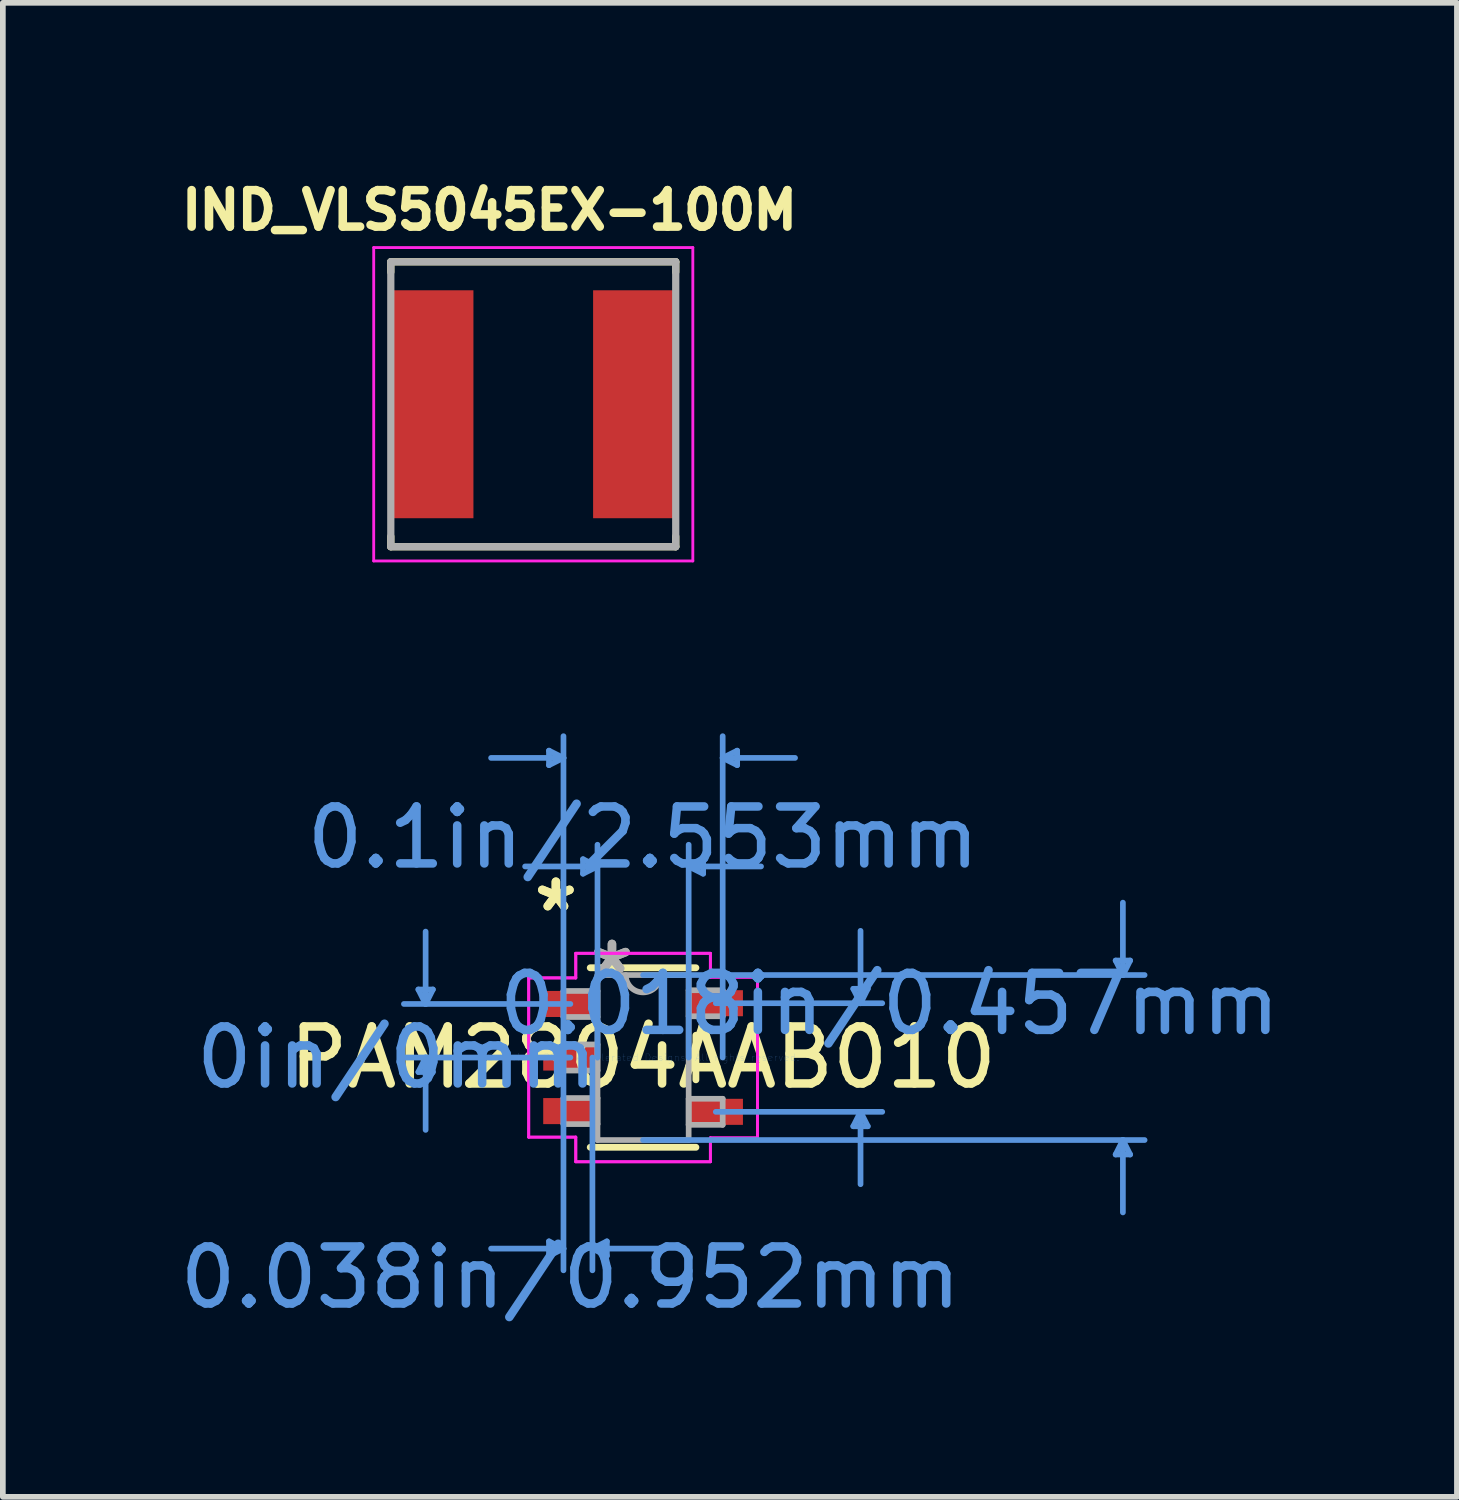
<source format=kicad_pcb>
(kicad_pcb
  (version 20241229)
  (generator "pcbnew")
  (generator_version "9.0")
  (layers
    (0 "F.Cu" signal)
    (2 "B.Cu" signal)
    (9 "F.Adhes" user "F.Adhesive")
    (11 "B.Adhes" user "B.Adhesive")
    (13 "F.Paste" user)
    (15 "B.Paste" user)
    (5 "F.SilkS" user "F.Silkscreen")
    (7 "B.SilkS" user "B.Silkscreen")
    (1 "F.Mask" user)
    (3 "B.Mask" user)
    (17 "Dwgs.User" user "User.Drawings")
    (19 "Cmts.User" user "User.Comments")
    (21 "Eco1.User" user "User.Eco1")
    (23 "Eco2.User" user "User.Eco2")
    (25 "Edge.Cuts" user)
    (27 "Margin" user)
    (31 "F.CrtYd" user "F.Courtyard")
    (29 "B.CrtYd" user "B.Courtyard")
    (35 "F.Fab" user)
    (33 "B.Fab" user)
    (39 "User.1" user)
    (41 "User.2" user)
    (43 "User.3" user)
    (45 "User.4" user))
  (footprint "IND_VLS5045EX-100M"
    (layer "F.Cu")
    (at 6.308 4.044)
    (property "Reference" "IND_VLS5045EX-100M" (at -0.768 -3.406 0) (layer "F.SilkS") (effects (font (size 0.64 0.64) (thickness 0.15))))
    (attr through_hole)
    (fp_line (start -2.5 -2.5) (end -2.5 -2.32) (stroke (width 0.127) (type solid)) (layer "F.SilkS"))
    (fp_line (start -2.5 -2.5) (end 2.5 -2.5) (stroke (width 0.127) (type solid)) (layer "F.SilkS"))
    (fp_line (start -2.5 2.5) (end -2.5 2.32) (stroke (width 0.127) (type solid)) (layer "F.SilkS"))
    (fp_line (start -2.5 2.5) (end 2.5 2.5) (stroke (width 0.127) (type solid)) (layer "F.SilkS"))
    (fp_line (start 2.5 -2.5) (end 2.5 -2.32) (stroke (width 0.127) (type solid)) (layer "F.SilkS"))
    (fp_line (start 2.5 2.5) (end 2.5 2.32) (stroke (width 0.127) (type solid)) (layer "F.SilkS"))
    (fp_line (start -2.8 -2.75) (end -2.8 2.75) (stroke (width 0.05) (type solid)) (layer "F.CrtYd"))
    (fp_line (start -2.8 2.75) (end 2.8 2.75) (stroke (width 0.05) (type solid)) (layer "F.CrtYd"))
    (fp_line (start 2.8 -2.75) (end -2.8 -2.75) (stroke (width 0.05) (type solid)) (layer "F.CrtYd"))
    (fp_line (start 2.8 2.75) (end 2.8 -2.75) (stroke (width 0.05) (type solid)) (layer "F.CrtYd"))
    (fp_line (start -2.5 -2.5) (end -2.5 2.5) (stroke (width 0.127) (type solid)) (layer "F.Fab"))
    (fp_line (start -2.5 -2.5) (end 2.5 -2.5) (stroke (width 0.127) (type solid)) (layer "F.Fab"))
    (fp_line (start -2.5 2.5) (end 2.5 2.5) (stroke (width 0.127) (type solid)) (layer "F.Fab"))
    (fp_line (start 2.5 -2.5) (end 2.5 2.5) (stroke (width 0.127) (type solid)) (layer "F.Fab"))
    (pad "1" smd rect (at -1.8 0) (size 1.5 4) (layers "F.Cu" "F.Mask" "F.Paste"))
    (pad "2" smd rect (at 1.8 0) (size 1.5 4) (layers "F.Cu" "F.Mask" "F.Paste")))
  (footprint "PAM2804AAB010"
    (layer "F.Cu")
    (at 8.235 15.508)
    (property "Reference" "PAM2804AAB010" (at 0 0 0) (layer "F.SilkS") (effects (font (size 1 1) (thickness 0.15))))
    (attr through_hole)
    (fp_line (start -0.927 1.575) (end 0.927 1.575) (stroke (width 0.12) (type solid)) (layer "F.SilkS"))
    (fp_line (start 0.927 -1.575) (end -0.927 -1.575) (stroke (width 0.12) (type solid)) (layer "F.SilkS"))
    (fp_line (start 0.927 0.391) (end 0.927 -0.391) (stroke (width 0.12) (type solid)) (layer "F.SilkS"))
    (fp_line (start -3.943 -1.194) (end -3.689 -1.194) (stroke (width 0.1) (type solid)) (layer "Cmts.User"))
    (fp_line (start -3.943 0.254) (end -3.689 0.254) (stroke (width 0.1) (type solid)) (layer "Cmts.User"))
    (fp_line (start -3.816 -0.94) (end -3.943 -1.194) (stroke (width 0.1) (type solid)) (layer "Cmts.User"))
    (fp_line (start -3.816 -0.94) (end -3.816 -2.21) (stroke (width 0.1) (type solid)) (layer "Cmts.User"))
    (fp_line (start -3.816 -0.94) (end -3.689 -1.194) (stroke (width 0.1) (type solid)) (layer "Cmts.User"))
    (fp_line (start -3.816 0) (end -3.943 0.254) (stroke (width 0.1) (type solid)) (layer "Cmts.User"))
    (fp_line (start -3.816 0) (end -3.816 1.27) (stroke (width 0.1) (type solid)) (layer "Cmts.User"))
    (fp_line (start -3.816 0) (end -3.689 0.254) (stroke (width 0.1) (type solid)) (layer "Cmts.User"))
    (fp_line (start -1.651 -5.385) (end -1.651 -5.131) (stroke (width 0.1) (type solid)) (layer "Cmts.User"))
    (fp_line (start -1.651 3.226) (end -1.651 3.48) (stroke (width 0.1) (type solid)) (layer "Cmts.User"))
    (fp_line (start -1.397 -5.258) (end -2.667 -5.258) (stroke (width 0.1) (type solid)) (layer "Cmts.User"))
    (fp_line (start -1.397 -5.258) (end -1.651 -5.385) (stroke (width 0.1) (type solid)) (layer "Cmts.User"))
    (fp_line (start -1.397 -5.258) (end -1.651 -5.131) (stroke (width 0.1) (type solid)) (layer "Cmts.User"))
    (fp_line (start -1.397 0) (end -1.397 -5.639) (stroke (width 0.1) (type solid)) (layer "Cmts.User"))
    (fp_line (start -1.397 0) (end -1.397 3.734) (stroke (width 0.1) (type solid)) (layer "Cmts.User"))
    (fp_line (start -1.397 3.353) (end -2.667 3.353) (stroke (width 0.1) (type solid)) (layer "Cmts.User"))
    (fp_line (start -1.397 3.353) (end -1.651 3.226) (stroke (width 0.1) (type solid)) (layer "Cmts.User"))
    (fp_line (start -1.397 3.353) (end -1.651 3.48) (stroke (width 0.1) (type solid)) (layer "Cmts.User"))
    (fp_line (start -1.276 -0.94) (end -4.197 -0.94) (stroke (width 0.1) (type solid)) (layer "Cmts.User"))
    (fp_line (start -1.276 0) (end -4.197 0) (stroke (width 0.1) (type solid)) (layer "Cmts.User"))
    (fp_line (start -1.054 -3.48) (end -1.054 -3.226) (stroke (width 0.1) (type solid)) (layer "Cmts.User"))
    (fp_line (start -0.889 0) (end -0.889 3.734) (stroke (width 0.1) (type solid)) (layer "Cmts.User"))
    (fp_line (start -0.889 3.353) (end -0.635 3.226) (stroke (width 0.1) (type solid)) (layer "Cmts.User"))
    (fp_line (start -0.889 3.353) (end -0.635 3.48) (stroke (width 0.1) (type solid)) (layer "Cmts.User"))
    (fp_line (start -0.889 3.353) (end 0.381 3.353) (stroke (width 0.1) (type solid)) (layer "Cmts.User"))
    (fp_line (start -0.8 -3.353) (end -2.07 -3.353) (stroke (width 0.1) (type solid)) (layer "Cmts.User"))
    (fp_line (start -0.8 -3.353) (end -1.054 -3.48) (stroke (width 0.1) (type solid)) (layer "Cmts.User"))
    (fp_line (start -0.8 -3.353) (end -1.054 -3.226) (stroke (width 0.1) (type solid)) (layer "Cmts.User"))
    (fp_line (start -0.8 0) (end -0.8 -3.734) (stroke (width 0.1) (type solid)) (layer "Cmts.User"))
    (fp_line (start -0.635 3.226) (end -0.635 3.48) (stroke (width 0.1) (type solid)) (layer "Cmts.User"))
    (fp_line (start 0 -1.448) (end 8.801 -1.448) (stroke (width 0.1) (type solid)) (layer "Cmts.User"))
    (fp_line (start 0 1.448) (end 8.801 1.448) (stroke (width 0.1) (type solid)) (layer "Cmts.User"))
    (fp_line (start 0.8 -3.353) (end 1.054 -3.48) (stroke (width 0.1) (type solid)) (layer "Cmts.User"))
    (fp_line (start 0.8 -3.353) (end 1.054 -3.226) (stroke (width 0.1) (type solid)) (layer "Cmts.User"))
    (fp_line (start 0.8 -3.353) (end 2.07 -3.353) (stroke (width 0.1) (type solid)) (layer "Cmts.User"))
    (fp_line (start 0.8 0) (end 0.8 -3.734) (stroke (width 0.1) (type solid)) (layer "Cmts.User"))
    (fp_line (start 1.054 -3.48) (end 1.054 -3.226) (stroke (width 0.1) (type solid)) (layer "Cmts.User"))
    (fp_line (start 1.276 -0.953) (end 4.197 -0.953) (stroke (width 0.1) (type solid)) (layer "Cmts.User"))
    (fp_line (start 1.276 0.953) (end 4.197 0.953) (stroke (width 0.1) (type solid)) (layer "Cmts.User"))
    (fp_line (start 1.397 -5.258) (end 1.651 -5.385) (stroke (width 0.1) (type solid)) (layer "Cmts.User"))
    (fp_line (start 1.397 -5.258) (end 1.651 -5.131) (stroke (width 0.1) (type solid)) (layer "Cmts.User"))
    (fp_line (start 1.397 -5.258) (end 2.667 -5.258) (stroke (width 0.1) (type solid)) (layer "Cmts.User"))
    (fp_line (start 1.397 0) (end 1.397 -5.639) (stroke (width 0.1) (type solid)) (layer "Cmts.User"))
    (fp_line (start 1.651 -5.385) (end 1.651 -5.131) (stroke (width 0.1) (type solid)) (layer "Cmts.User"))
    (fp_line (start 3.689 -1.206) (end 3.943 -1.206) (stroke (width 0.1) (type solid)) (layer "Cmts.User"))
    (fp_line (start 3.689 1.206) (end 3.943 1.206) (stroke (width 0.1) (type solid)) (layer "Cmts.User"))
    (fp_line (start 3.816 -0.953) (end 3.689 -1.206) (stroke (width 0.1) (type solid)) (layer "Cmts.User"))
    (fp_line (start 3.816 -0.953) (end 3.816 -2.223) (stroke (width 0.1) (type solid)) (layer "Cmts.User"))
    (fp_line (start 3.816 -0.953) (end 3.943 -1.206) (stroke (width 0.1) (type solid)) (layer "Cmts.User"))
    (fp_line (start 3.816 0.953) (end 3.689 1.206) (stroke (width 0.1) (type solid)) (layer "Cmts.User"))
    (fp_line (start 3.816 0.953) (end 3.816 2.223) (stroke (width 0.1) (type solid)) (layer "Cmts.User"))
    (fp_line (start 3.816 0.953) (end 3.943 1.206) (stroke (width 0.1) (type solid)) (layer "Cmts.User"))
    (fp_line (start 8.293 -1.702) (end 8.547 -1.702) (stroke (width 0.1) (type solid)) (layer "Cmts.User"))
    (fp_line (start 8.293 1.702) (end 8.547 1.702) (stroke (width 0.1) (type solid)) (layer "Cmts.User"))
    (fp_line (start 8.42 -1.448) (end 8.293 -1.702) (stroke (width 0.1) (type solid)) (layer "Cmts.User"))
    (fp_line (start 8.42 -1.448) (end 8.42 -2.718) (stroke (width 0.1) (type solid)) (layer "Cmts.User"))
    (fp_line (start 8.42 -1.448) (end 8.547 -1.702) (stroke (width 0.1) (type solid)) (layer "Cmts.User"))
    (fp_line (start 8.42 1.448) (end 8.293 1.702) (stroke (width 0.1) (type solid)) (layer "Cmts.User"))
    (fp_line (start 8.42 1.448) (end 8.42 2.718) (stroke (width 0.1) (type solid)) (layer "Cmts.User"))
    (fp_line (start 8.42 1.448) (end 8.547 1.702) (stroke (width 0.1) (type solid)) (layer "Cmts.User"))
    (fp_line (start -2.007 -1.397) (end -1.181 -1.397) (stroke (width 0.05) (type solid)) (layer "F.CrtYd"))
    (fp_line (start -2.007 -1.397) (end -1.181 -1.397) (stroke (width 0.05) (type solid)) (layer "F.CrtYd"))
    (fp_line (start -2.007 1.397) (end -2.007 -1.397) (stroke (width 0.05) (type solid)) (layer "F.CrtYd"))
    (fp_line (start -2.007 1.397) (end -2.007 -1.397) (stroke (width 0.05) (type solid)) (layer "F.CrtYd"))
    (fp_line (start -1.181 -1.829) (end 1.181 -1.829) (stroke (width 0.05) (type solid)) (layer "F.CrtYd"))
    (fp_line (start -1.181 -1.829) (end 1.181 -1.829) (stroke (width 0.05) (type solid)) (layer "F.CrtYd"))
    (fp_line (start -1.181 -1.397) (end -1.181 -1.829) (stroke (width 0.05) (type solid)) (layer "F.CrtYd"))
    (fp_line (start -1.181 -1.397) (end -1.181 -1.829) (stroke (width 0.05) (type solid)) (layer "F.CrtYd"))
    (fp_line (start -1.181 1.397) (end -2.007 1.397) (stroke (width 0.05) (type solid)) (layer "F.CrtYd"))
    (fp_line (start -1.181 1.397) (end -2.007 1.397) (stroke (width 0.05) (type solid)) (layer "F.CrtYd"))
    (fp_line (start -1.181 1.829) (end -1.181 1.397) (stroke (width 0.05) (type solid)) (layer "F.CrtYd"))
    (fp_line (start -1.181 1.829) (end -1.181 1.397) (stroke (width 0.05) (type solid)) (layer "F.CrtYd"))
    (fp_line (start 1.181 -1.829) (end 1.181 -1.41) (stroke (width 0.05) (type solid)) (layer "F.CrtYd"))
    (fp_line (start 1.181 -1.829) (end 1.181 -1.41) (stroke (width 0.05) (type solid)) (layer "F.CrtYd"))
    (fp_line (start 1.181 -1.41) (end 2.007 -1.41) (stroke (width 0.05) (type solid)) (layer "F.CrtYd"))
    (fp_line (start 1.181 -1.41) (end 2.007 -1.41) (stroke (width 0.05) (type solid)) (layer "F.CrtYd"))
    (fp_line (start 1.181 1.41) (end 1.181 1.829) (stroke (width 0.05) (type solid)) (layer "F.CrtYd"))
    (fp_line (start 1.181 1.41) (end 1.181 1.829) (stroke (width 0.05) (type solid)) (layer "F.CrtYd"))
    (fp_line (start 1.181 1.829) (end -1.181 1.829) (stroke (width 0.05) (type solid)) (layer "F.CrtYd"))
    (fp_line (start 1.181 1.829) (end -1.181 1.829) (stroke (width 0.05) (type solid)) (layer "F.CrtYd"))
    (fp_line (start 2.007 -1.41) (end 2.007 1.41) (stroke (width 0.05) (type solid)) (layer "F.CrtYd"))
    (fp_line (start 2.007 -1.41) (end 2.007 1.41) (stroke (width 0.05) (type solid)) (layer "F.CrtYd"))
    (fp_line (start 2.007 1.41) (end 1.181 1.41) (stroke (width 0.05) (type solid)) (layer "F.CrtYd"))
    (fp_line (start 2.007 1.41) (end 1.181 1.41) (stroke (width 0.05) (type solid)) (layer "F.CrtYd"))
    (fp_line (start -1.397 -1.168) (end -1.397 -0.711) (stroke (width 0.1) (type solid)) (layer "F.Fab"))
    (fp_line (start -1.397 -0.711) (end -0.8 -0.711) (stroke (width 0.1) (type solid)) (layer "F.Fab"))
    (fp_line (start -1.397 -0.229) (end -1.397 0.229) (stroke (width 0.1) (type solid)) (layer "F.Fab"))
    (fp_line (start -1.397 0.229) (end -0.8 0.229) (stroke (width 0.1) (type solid)) (layer "F.Fab"))
    (fp_line (start -1.397 0.711) (end -1.397 1.168) (stroke (width 0.1) (type solid)) (layer "F.Fab"))
    (fp_line (start -1.397 1.168) (end -0.8 1.168) (stroke (width 0.1) (type solid)) (layer "F.Fab"))
    (fp_line (start -0.8 -1.448) (end -0.8 1.448) (stroke (width 0.1) (type solid)) (layer "F.Fab"))
    (fp_line (start -0.8 -1.168) (end -1.397 -1.168) (stroke (width 0.1) (type solid)) (layer "F.Fab"))
    (fp_line (start -0.8 -0.711) (end -0.8 -1.168) (stroke (width 0.1) (type solid)) (layer "F.Fab"))
    (fp_line (start -0.8 -0.229) (end -1.397 -0.229) (stroke (width 0.1) (type solid)) (layer "F.Fab"))
    (fp_line (start -0.8 0.229) (end -0.8 -0.229) (stroke (width 0.1) (type solid)) (layer "F.Fab"))
    (fp_line (start -0.8 0.711) (end -1.397 0.711) (stroke (width 0.1) (type solid)) (layer "F.Fab"))
    (fp_line (start -0.8 1.168) (end -0.8 0.711) (stroke (width 0.1) (type solid)) (layer "F.Fab"))
    (fp_line (start -0.8 1.448) (end 0.8 1.448) (stroke (width 0.1) (type solid)) (layer "F.Fab"))
    (fp_line (start 0.8 -1.448) (end -0.8 -1.448) (stroke (width 0.1) (type solid)) (layer "F.Fab"))
    (fp_line (start 0.8 -1.181) (end 0.8 -0.724) (stroke (width 0.1) (type solid)) (layer "F.Fab"))
    (fp_line (start 0.8 -0.724) (end 1.397 -0.724) (stroke (width 0.1) (type solid)) (layer "F.Fab"))
    (fp_line (start 0.8 0.724) (end 0.8 1.181) (stroke (width 0.1) (type solid)) (layer "F.Fab"))
    (fp_line (start 0.8 1.181) (end 1.397 1.181) (stroke (width 0.1) (type solid)) (layer "F.Fab"))
    (fp_line (start 0.8 1.448) (end 0.8 -1.448) (stroke (width 0.1) (type solid)) (layer "F.Fab"))
    (fp_line (start 1.397 -1.181) (end 0.8 -1.181) (stroke (width 0.1) (type solid)) (layer "F.Fab"))
    (fp_line (start 1.397 -0.724) (end 1.397 -1.181) (stroke (width 0.1) (type solid)) (layer "F.Fab"))
    (fp_line (start 1.397 0.724) (end 0.8 0.724) (stroke (width 0.1) (type solid)) (layer "F.Fab"))
    (fp_line (start 1.397 1.181) (end 1.397 0.724) (stroke (width 0.1) (type solid)) (layer "F.Fab"))
    (fp_arc (start 0.3048 -1.4478) (mid 0 -1.143) (end -0.3048 -1.4478) (stroke (width 0.1) (type solid)) (layer "F.Fab"))
    (fp_text user "*" (at -1.53 -2.54 0) (layer "F.SilkS") (effects (font (size 1 1) (thickness 0.15))))
    (fp_text user "*" (at -1.53 -2.54 0) (layer "F.SilkS") (effects (font (size 1 1) (thickness 0.15))))
    (fp_text user "0.1in/2.553mm" (at 0 -3.861 0) (layer "Cmts.User") (effects (font (size 1 1) (thickness 0.15))))
    (fp_text user "0in/0mm" (at -4.324 0 0) (layer "Cmts.User") (effects (font (size 1 1) (thickness 0.15))))
    (fp_text user "Copyright 2021 Accelerated Designs. All rights reserved." (at 0 0 0) (layer "Cmts.User") (effects (font (size 0.127 0.127) (thickness 0.002))))
    (fp_text user "0.038in/0.952mm" (at -1.276 3.861 0) (layer "Cmts.User") (effects (font (size 1 1) (thickness 0.15))))
    (fp_text user "0.018in/0.457mm" (at 4.324 -0.94 0) (layer "Cmts.User") (effects (font (size 1 1) (thickness 0.15))))
    (fp_text user "*" (at -0.546 -1.448 0) (layer "F.Fab") (effects (font (size 1 1) (thickness 0.15))))
    (fp_text user "*" (at -0.546 -1.448 0) (layer "F.Fab") (effects (font (size 1 1) (thickness 0.15))))
    (pad "1" smd rect (at -1.276 -0.94) (size 0.953 0.457) (layers "F.Cu" "F.Mask" "F.Paste"))
    (pad "2" smd rect (at -1.276 0) (size 0.953 0.457) (layers "F.Cu" "F.Mask" "F.Paste"))
    (pad "3" smd rect (at -1.276 0.94) (size 0.953 0.457) (layers "F.Cu" "F.Mask" "F.Paste"))
    (pad "4" smd rect (at 1.276 0.953) (size 0.953 0.457) (layers "F.Cu" "F.Mask" "F.Paste"))
    (pad "5" smd rect (at 1.276 -0.953) (size 0.953 0.457) (layers "F.Cu" "F.Mask" "F.Paste")))
  (gr_rect
    (start -3 -3)
    (end 22.517 23.217)
    (stroke (width 0.1) (type default))
    (fill no)
    (layer "Edge.Cuts")))
</source>
